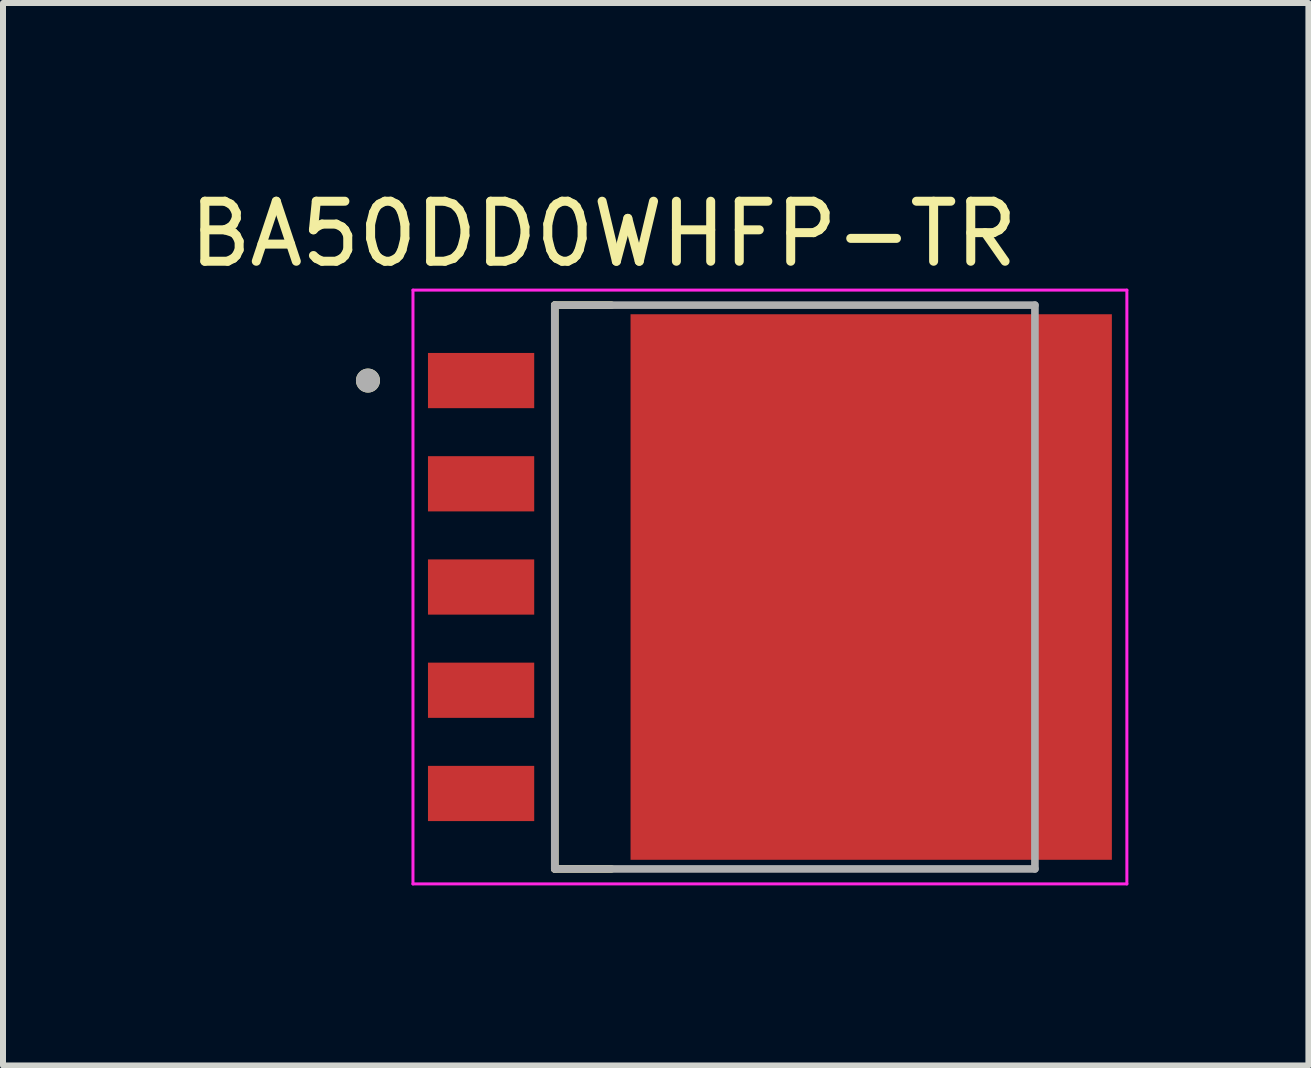
<source format=kicad_pcb>
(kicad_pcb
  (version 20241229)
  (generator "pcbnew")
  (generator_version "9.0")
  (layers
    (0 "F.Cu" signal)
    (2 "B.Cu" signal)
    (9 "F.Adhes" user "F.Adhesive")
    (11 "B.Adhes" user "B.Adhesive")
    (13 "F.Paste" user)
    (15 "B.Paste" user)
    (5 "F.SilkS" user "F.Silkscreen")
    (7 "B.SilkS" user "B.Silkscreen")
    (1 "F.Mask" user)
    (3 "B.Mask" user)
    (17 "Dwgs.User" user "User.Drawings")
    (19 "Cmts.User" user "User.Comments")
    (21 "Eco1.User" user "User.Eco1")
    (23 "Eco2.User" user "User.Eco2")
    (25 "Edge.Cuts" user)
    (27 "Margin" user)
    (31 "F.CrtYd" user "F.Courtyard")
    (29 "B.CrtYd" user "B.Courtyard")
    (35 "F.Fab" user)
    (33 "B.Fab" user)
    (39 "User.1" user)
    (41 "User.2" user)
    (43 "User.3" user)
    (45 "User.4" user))
  (footprint "BA50DD0WHFP-TR"
    (layer "F.Cu")
    (at 9.776 6.731)
    (property "Reference" "BA50DD0WHFP-TR" (at -2.77 -5.883 0) (layer "F.SilkS") (effects (font (size 1 1) (thickness 0.15))))
    (attr smd)
    (fp_line (start -3.582 -4.697) (end -2.64 -4.697) (stroke (width 0.127) (type solid)) (layer "F.SilkS"))
    (fp_line (start -3.582 4.697) (end -3.582 -4.697) (stroke (width 0.127) (type solid)) (layer "F.SilkS"))
    (fp_line (start -2.64 4.697) (end -3.582 4.697) (stroke (width 0.127) (type solid)) (layer "F.SilkS"))
    (fp_circle (center -6.695 -3.44) (end -6.595 -3.44) (stroke (width 0.2) (type solid)) (fill no) (layer "F.SilkS"))
    (fp_poly (pts (xy -1.795 -4.15) (xy -0.165 -4.15) (xy -0.165 -2.66) (xy -1.795 -2.66)) (stroke (width 0.01) (type solid)) (fill yes) (layer "F.Paste"))
    (fp_poly (pts (xy -1.795 -1.88) (xy -0.165 -1.88) (xy -0.165 -0.39) (xy -1.795 -0.39)) (stroke (width 0.01) (type solid)) (fill yes) (layer "F.Paste"))
    (fp_poly (pts (xy -1.795 0.39) (xy -0.165 0.39) (xy -0.165 1.88) (xy -1.795 1.88)) (stroke (width 0.01) (type solid)) (fill yes) (layer "F.Paste"))
    (fp_poly (pts (xy -1.795 2.66) (xy -0.165 2.66) (xy -0.165 4.15) (xy -1.795 4.15)) (stroke (width 0.01) (type solid)) (fill yes) (layer "F.Paste"))
    (fp_poly (pts (xy 0.875 -4.15) (xy 2.505 -4.15) (xy 2.505 -2.66) (xy 0.875 -2.66)) (stroke (width 0.01) (type solid)) (fill yes) (layer "F.Paste"))
    (fp_poly (pts (xy 0.875 -1.88) (xy 2.505 -1.88) (xy 2.505 -0.39) (xy 0.875 -0.39)) (stroke (width 0.01) (type solid)) (fill yes) (layer "F.Paste"))
    (fp_poly (pts (xy 0.875 0.39) (xy 2.505 0.39) (xy 2.505 1.88) (xy 0.875 1.88)) (stroke (width 0.01) (type solid)) (fill yes) (layer "F.Paste"))
    (fp_poly (pts (xy 0.875 2.66) (xy 2.505 2.66) (xy 2.505 4.15) (xy 0.875 4.15)) (stroke (width 0.01) (type solid)) (fill yes) (layer "F.Paste"))
    (fp_poly (pts (xy 3.545 -4.15) (xy 5.175 -4.15) (xy 5.175 -2.66) (xy 3.545 -2.66)) (stroke (width 0.01) (type solid)) (fill yes) (layer "F.Paste"))
    (fp_poly (pts (xy 3.545 -1.88) (xy 5.175 -1.88) (xy 5.175 -0.39) (xy 3.545 -0.39)) (stroke (width 0.01) (type solid)) (fill yes) (layer "F.Paste"))
    (fp_poly (pts (xy 3.545 0.39) (xy 5.175 0.39) (xy 5.175 1.88) (xy 3.545 1.88)) (stroke (width 0.01) (type solid)) (fill yes) (layer "F.Paste"))
    (fp_poly (pts (xy 3.545 2.66) (xy 5.175 2.66) (xy 5.175 4.15) (xy 3.545 4.15)) (stroke (width 0.01) (type solid)) (fill yes) (layer "F.Paste"))
    (fp_line (start -5.945 -4.947) (end -5.945 4.947) (stroke (width 0.05) (type solid)) (layer "F.CrtYd"))
    (fp_line (start -5.945 4.947) (end 5.95 4.947) (stroke (width 0.05) (type solid)) (layer "F.CrtYd"))
    (fp_line (start 5.95 -4.947) (end -5.945 -4.947) (stroke (width 0.05) (type solid)) (layer "F.CrtYd"))
    (fp_line (start 5.95 4.947) (end 5.95 -4.947) (stroke (width 0.05) (type solid)) (layer "F.CrtYd"))
    (fp_line (start -3.582 -4.697) (end 4.418 -4.697) (stroke (width 0.127) (type solid)) (layer "F.Fab"))
    (fp_line (start -3.582 4.697) (end -3.582 -4.697) (stroke (width 0.127) (type solid)) (layer "F.Fab"))
    (fp_line (start 4.418 -4.697) (end 4.418 4.697) (stroke (width 0.127) (type solid)) (layer "F.Fab"))
    (fp_line (start 4.418 4.697) (end -3.582 4.697) (stroke (width 0.127) (type solid)) (layer "F.Fab"))
    (fp_circle (center -6.695 -3.44) (end -6.595 -3.44) (stroke (width 0.2) (type solid)) (fill no) (layer "F.Fab"))
    (pad "1" smd rect (at -4.81 -3.44) (size 1.77 0.92) (layers "F.Cu" "F.Mask" "F.Paste"))
    (pad "2" smd rect (at -4.81 -1.72) (size 1.77 0.92) (layers "F.Cu" "F.Mask" "F.Paste"))
    (pad "3" smd rect (at -4.81 0) (size 1.77 0.92) (layers "F.Cu" "F.Mask" "F.Paste"))
    (pad "4" smd rect (at -4.81 1.72) (size 1.77 0.92) (layers "F.Cu" "F.Mask" "F.Paste"))
    (pad "5" smd rect (at -4.81 3.44) (size 1.77 0.92) (layers "F.Cu" "F.Mask" "F.Paste"))
    (pad "6" smd rect (at 1.69 0) (size 8.02 9.09) (layers "F.Cu" "F.Mask")))
  (gr_rect
    (start -3 -3)
    (end 18.751 14.703)
    (stroke (width 0.1) (type default))
    (fill no)
    (layer "Edge.Cuts")))
</source>
